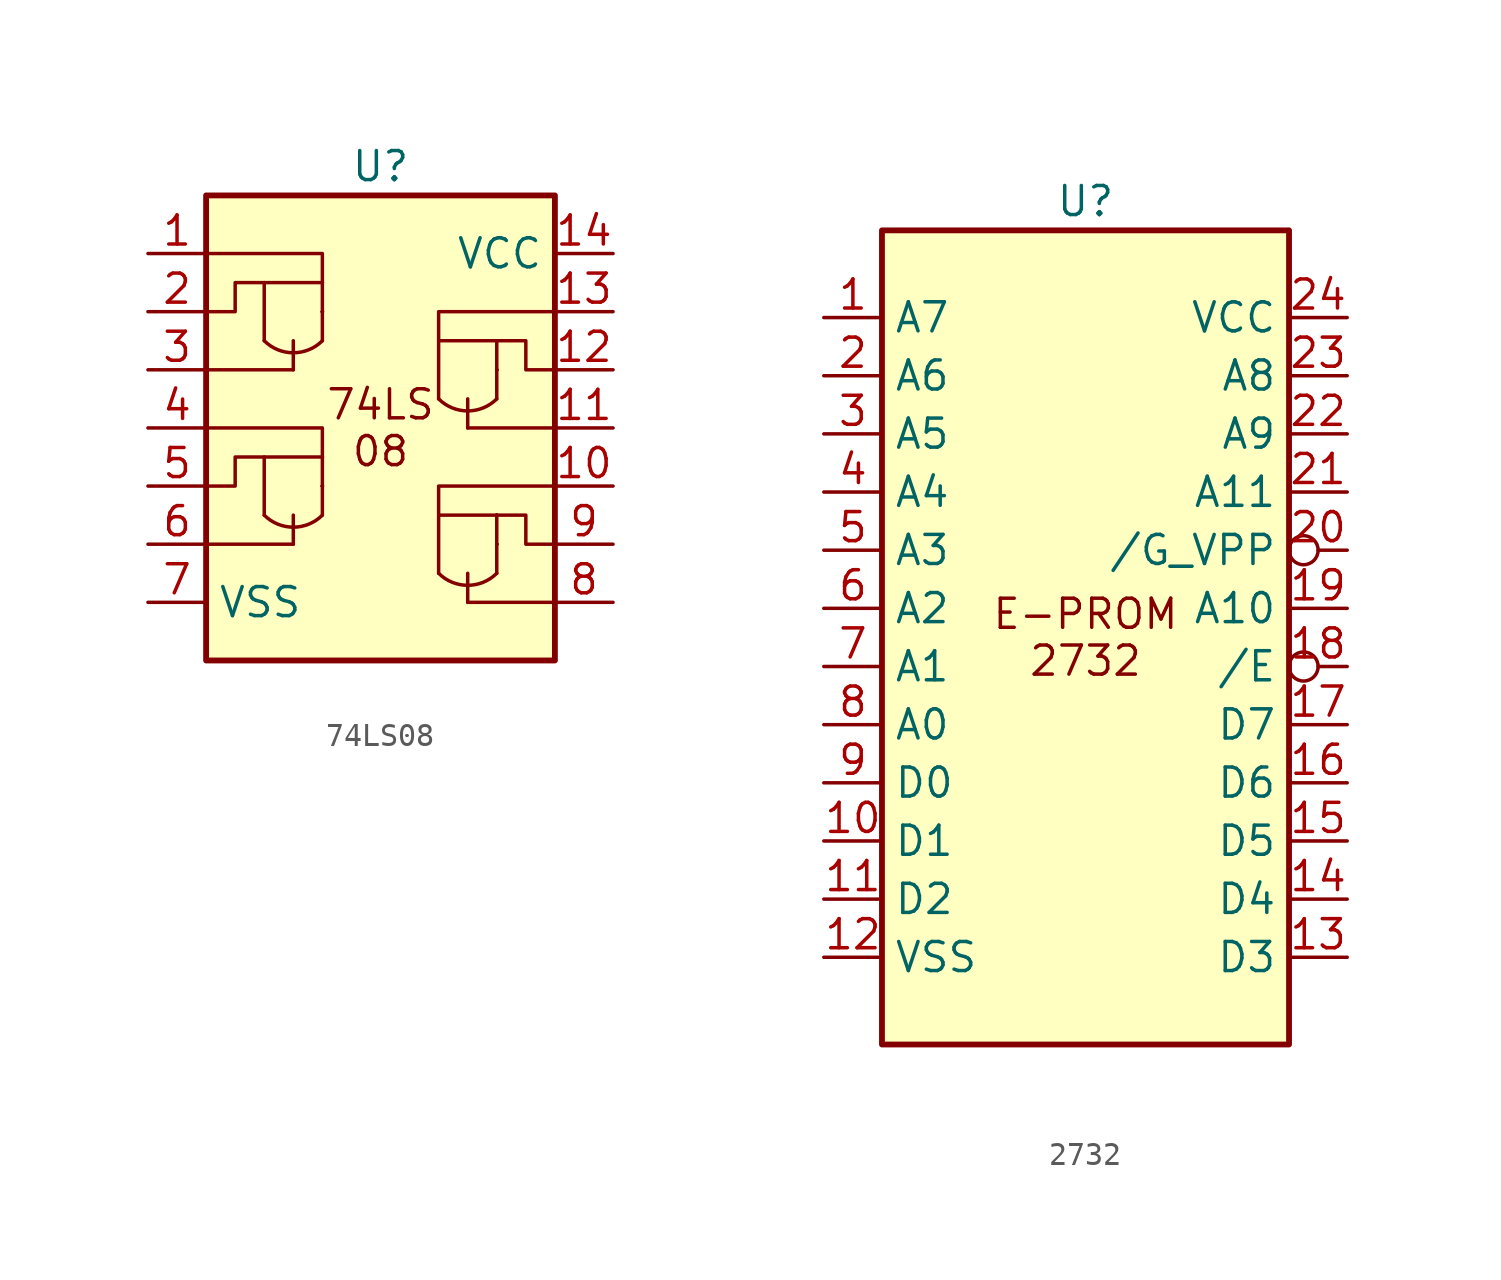
<source format=kicad_sym>
(kicad_symbol_lib
  (version 20220914)
  (generator kicad_symbol_editor)
  (symbol "74LS08"
    (property "Reference" "U"
      (at 0 11.43 0)
      (effects (font (size 1.27 1.27))))
    (property "Value" ""
      (at 1.27 0 0)
      (effects (font (size 1.27 1.27))))
    (symbol "74LS08_0_1"
      (rectangle (start -7.62 10.16) (end 7.62 -10.16) (stroke (width 0.254) (type default)) (fill (type background)))
      (polyline (pts (xy -3.81 -5.08) (xy -3.81 -3.81)) (stroke (width 0) (type default)) (fill (type none)))
      (polyline (pts (xy -3.81 2.54) (xy -3.81 3.81)) (stroke (width 0) (type default)) (fill (type none)))
      (polyline (pts (xy 3.81 -7.62) (xy 3.81 -6.35)) (stroke (width 0) (type default)) (fill (type none)))
      (polyline (pts (xy 3.81 0) (xy 3.81 1.27)) (stroke (width 0) (type default)) (fill (type none))))
    (symbol "74LS08_1_1"
      (arc (start -5.08 -3.8101) (mid -3.81 -4.3361) (end -2.54 -3.8101) (stroke (width 0) (type default)) (fill (type none)))
      (arc (start -5.08 3.8099) (mid -3.81 3.2839) (end -2.54 3.8099) (stroke (width 0) (type default)) (fill (type none)))
      (polyline (pts (xy -7.62 -5.08) (xy -3.81 -5.08)) (stroke (width 0) (type default)) (fill (type none)))
      (polyline (pts (xy -7.62 2.54) (xy -3.81 2.54)) (stroke (width 0) (type default)) (fill (type none)))
      (polyline (pts (xy -2.54 -2.54) (xy -2.54 -2.54)) (stroke (width 0) (type default)) (fill (type none)))
      (polyline (pts (xy -2.54 -2.54) (xy -2.54 -2.54)) (stroke (width 0) (type default)) (fill (type none)))
      (polyline (pts (xy -2.54 -2.54) (xy -2.54 -2.54)) (stroke (width 0) (type default)) (fill (type none)))
      (polyline (pts (xy -2.54 -2.54) (xy -2.54 -2.54)) (stroke (width 0) (type default)) (fill (type none)))
      (polyline (pts (xy -2.54 -1.27) (xy -2.54 -1.27)) (stroke (width 0) (type default)) (fill (type none)))
      (polyline (pts (xy -2.54 -1.27) (xy -2.54 -1.27)) (stroke (width 0) (type default)) (fill (type none)))
      (polyline (pts (xy -2.54 5.08) (xy -2.54 5.08)) (stroke (width 0) (type default)) (fill (type none)))
      (polyline (pts (xy -2.54 5.08) (xy -2.54 5.08)) (stroke (width 0) (type default)) (fill (type none)))
      (polyline (pts (xy -2.54 5.08) (xy -2.54 5.08)) (stroke (width 0) (type default)) (fill (type none)))
      (polyline (pts (xy -2.54 5.08) (xy -2.54 5.08)) (stroke (width 0) (type default)) (fill (type none)))
      (polyline (pts (xy -2.54 6.35) (xy -2.54 6.35)) (stroke (width 0) (type default)) (fill (type none)))
      (polyline (pts (xy -2.54 6.35) (xy -2.54 6.35)) (stroke (width 0) (type default)) (fill (type none)))
      (polyline (pts (xy 5.08 -5.08) (xy 5.08 -5.08)) (stroke (width 0) (type default)) (fill (type none)))
      (polyline (pts (xy 5.08 -5.08) (xy 5.08 -5.08)) (stroke (width 0) (type default)) (fill (type none)))
      (polyline (pts (xy 5.08 -5.08) (xy 5.08 -5.08)) (stroke (width 0) (type default)) (fill (type none)))
      (polyline (pts (xy 5.08 -5.08) (xy 5.08 -5.08)) (stroke (width 0) (type default)) (fill (type none)))
      (polyline (pts (xy 5.08 -3.81) (xy 5.08 -3.81)) (stroke (width 0) (type default)) (fill (type none)))
      (polyline (pts (xy 5.08 -3.81) (xy 5.08 -3.81)) (stroke (width 0) (type default)) (fill (type none)))
      (polyline (pts (xy 5.08 2.54) (xy 5.08 2.54)) (stroke (width 0) (type default)) (fill (type none)))
      (polyline (pts (xy 5.08 2.54) (xy 5.08 2.54)) (stroke (width 0) (type default)) (fill (type none)))
      (polyline (pts (xy 5.08 2.54) (xy 5.08 2.54)) (stroke (width 0) (type default)) (fill (type none)))
      (polyline (pts (xy 5.08 2.54) (xy 5.08 2.54)) (stroke (width 0) (type default)) (fill (type none)))
      (polyline (pts (xy 5.08 3.81) (xy 5.08 3.81)) (stroke (width 0) (type default)) (fill (type none)))
      (polyline (pts (xy 5.08 3.81) (xy 5.08 3.81)) (stroke (width 0) (type default)) (fill (type none)))
      (polyline (pts (xy 7.62 -7.62) (xy 3.81 -7.62)) (stroke (width 0) (type default)) (fill (type none)))
      (polyline (pts (xy 7.62 0) (xy 3.81 0)) (stroke (width 0) (type default)) (fill (type none)))
      (polyline (pts (xy -2.54 -1.27) (xy -2.54 0) (xy -7.62 0)) (stroke (width 0) (type default)) (fill (type none)))
      (polyline (pts (xy -2.54 6.35) (xy -2.54 7.62) (xy -7.62 7.62)) (stroke (width 0) (type default)) (fill (type none)))
      (polyline (pts (xy 7.62 -2.54) (xy 2.54 -2.54) (xy 2.54 -3.81)) (stroke (width 0) (type default)) (fill (type none)))
      (polyline (pts (xy 7.62 5.08) (xy 2.54 5.08) (xy 2.54 3.81)) (stroke (width 0) (type default)) (fill (type none)))
      (polyline (pts (xy -5.08 -1.27) (xy -6.35 -1.27) (xy -6.35 -2.54) (xy -7.62 -2.54)) (stroke (width 0) (type default)) (fill (type none)))
      (polyline (pts (xy -5.08 6.35) (xy -6.35 6.35) (xy -6.35 5.08) (xy -7.62 5.08)) (stroke (width 0) (type default)) (fill (type none)))
      (polyline (pts (xy -2.54 -3.81) (xy -2.54 -1.27) (xy -5.08 -1.27) (xy -5.08 -3.81)) (stroke (width 0) (type default)) (fill (type none)))
      (polyline (pts (xy -2.54 3.81) (xy -2.54 6.35) (xy -5.08 6.35) (xy -5.08 3.81)) (stroke (width 0) (type default)) (fill (type none)))
      (polyline (pts (xy 5.08 -6.35) (xy 5.08 -3.81) (xy 2.54 -3.81) (xy 2.54 -6.35)) (stroke (width 0) (type default)) (fill (type none)))
      (polyline (pts (xy 5.08 1.27) (xy 5.08 3.81) (xy 2.54 3.81) (xy 2.54 1.27)) (stroke (width 0) (type default)) (fill (type none)))
      (polyline (pts (xy 7.62 -5.08) (xy 6.35 -5.08) (xy 6.35 -3.81) (xy 5.08 -3.81)) (stroke (width 0) (type default)) (fill (type none)))
      (polyline (pts (xy 7.62 2.54) (xy 6.35 2.54) (xy 6.35 3.81) (xy 5.08 3.81)) (stroke (width 0) (type default)) (fill (type none)))
      (arc (start 2.54 -6.3501) (mid 3.81 -6.8761) (end 5.08 -6.3501) (stroke (width 0) (type default)) (fill (type none)))
      (arc (start 2.54 1.2699) (mid 3.81 0.7439) (end 5.08 1.2699) (stroke (width 0) (type default)) (fill (type none)))
      (text "74LS\n08" (at 0 0 0) (effects (font (size 1.27 1.27))))
      (pin input line (at -10.16 7.62 0) (length 2.54) (name "" (effects (font (size 1.27 1.27)))) (number "1" (effects (font (size 1.27 1.27)))))
      (pin input line (at 10.16 -2.54 180) (length 2.54) (name "" (effects (font (size 1.27 1.27)))) (number "10" (effects (font (size 1.27 1.27)))))
      (pin input line (at 10.16 0 180) (length 2.54) (name "" (effects (font (size 1.27 1.27)))) (number "11" (effects (font (size 1.27 1.27)))))
      (pin input line (at 10.16 2.54 180) (length 2.54) (name "" (effects (font (size 1.27 1.27)))) (number "12" (effects (font (size 1.27 1.27)))))
      (pin input line (at 10.16 5.08 180) (length 2.54) (name "" (effects (font (size 1.27 1.27)))) (number "13" (effects (font (size 1.27 1.27)))))
      (pin power_in line (at 10.16 7.62 180) (length 2.54) (name "VCC" (effects (font (size 1.27 1.27)))) (number "14" (effects (font (size 1.27 1.27)))))
      (pin input line (at -10.16 5.08 0) (length 2.54) (name "" (effects (font (size 1.27 1.27)))) (number "2" (effects (font (size 1.27 1.27)))))
      (pin input line (at -10.16 2.54 0) (length 2.54) (name "" (effects (font (size 1.27 1.27)))) (number "3" (effects (font (size 1.27 1.27)))))
      (pin input line (at -10.16 0 0) (length 2.54) (name "" (effects (font (size 1.27 1.27)))) (number "4" (effects (font (size 1.27 1.27)))))
      (pin input line (at -10.16 -2.54 0) (length 2.54) (name "" (effects (font (size 1.27 1.27)))) (number "5" (effects (font (size 1.27 1.27)))))
      (pin input line (at -10.16 -5.08 0) (length 2.54) (name "" (effects (font (size 1.27 1.27)))) (number "6" (effects (font (size 1.27 1.27)))))
      (pin power_in line (at -10.16 -7.62 0) (length 2.54) (name "VSS" (effects (font (size 1.27 1.27)))) (number "7" (effects (font (size 1.27 1.27)))))
      (pin input line (at 10.16 -7.62 180) (length 2.54) (name "" (effects (font (size 1.27 1.27)))) (number "8" (effects (font (size 1.27 1.27)))))
      (pin input line (at 10.16 -5.08 180) (length 2.54) (name "" (effects (font (size 1.27 1.27)))) (number "9" (effects (font (size 1.27 1.27)))))))
  (symbol "2732"
    (property "Reference" "U"
      (at 0 19.05 0)
      (effects (font (size 1.27 1.27))))
    (property "Value" ""
      (at -1.27 -15.24 0)
      (effects (font (size 1.27 1.27))))
    (symbol "2732_0_1"
      (rectangle (start -8.89 17.78) (end 8.89 -17.78) (stroke (width 0.254) (type default)) (fill (type background))))
    (symbol "2732_1_1"
      (text "E-PROM\n2732\n" (at 0 0 0) (effects (font (size 1.27 1.27))))
      (pin input line (at -11.43 13.97 0) (length 2.54) (name "A7" (effects (font (size 1.27 1.27)))) (number "1" (effects (font (size 1.27 1.27)))))
      (pin input line (at -11.43 -8.89 0) (length 2.54) (name "D1" (effects (font (size 1.27 1.27)))) (number "10" (effects (font (size 1.27 1.27)))))
      (pin input line (at -11.43 -11.43 0) (length 2.54) (name "D2" (effects (font (size 1.27 1.27)))) (number "11" (effects (font (size 1.27 1.27)))))
      (pin power_in line (at -11.43 -13.97 0) (length 2.54) (name "VSS" (effects (font (size 1.27 1.27)))) (number "12" (effects (font (size 1.27 1.27)))))
      (pin input line (at 11.43 -13.97 180) (length 2.54) (name "D3" (effects (font (size 1.27 1.27)))) (number "13" (effects (font (size 1.27 1.27)))))
      (pin input line (at 11.43 -11.43 180) (length 2.54) (name "D4" (effects (font (size 1.27 1.27)))) (number "14" (effects (font (size 1.27 1.27)))))
      (pin input line (at 11.43 -8.89 180) (length 2.54) (name "D5" (effects (font (size 1.27 1.27)))) (number "15" (effects (font (size 1.27 1.27)))))
      (pin input line (at 11.43 -6.35 180) (length 2.54) (name "D6" (effects (font (size 1.27 1.27)))) (number "16" (effects (font (size 1.27 1.27)))))
      (pin input line (at 11.43 -3.81 180) (length 2.54) (name "D7" (effects (font (size 1.27 1.27)))) (number "17" (effects (font (size 1.27 1.27)))))
      (pin input inverted (at 11.43 -1.27 180) (length 2.54) (name "/E" (effects (font (size 1.27 1.27)))) (number "18" (effects (font (size 1.27 1.27)))))
      (pin input line (at 11.43 1.27 180) (length 2.54) (name "A10" (effects (font (size 1.27 1.27)))) (number "19" (effects (font (size 1.27 1.27)))))
      (pin input line (at -11.43 11.43 0) (length 2.54) (name "A6" (effects (font (size 1.27 1.27)))) (number "2" (effects (font (size 1.27 1.27)))))
      (pin input inverted (at 11.43 3.81 180) (length 2.54) (name "/G_VPP" (effects (font (size 1.27 1.27)))) (number "20" (effects (font (size 1.27 1.27)))))
      (pin input line (at 11.43 6.35 180) (length 2.54) (name "A11" (effects (font (size 1.27 1.27)))) (number "21" (effects (font (size 1.27 1.27)))))
      (pin input line (at 11.43 8.89 180) (length 2.54) (name "A9" (effects (font (size 1.27 1.27)))) (number "22" (effects (font (size 1.27 1.27)))))
      (pin input line (at 11.43 11.43 180) (length 2.54) (name "A8" (effects (font (size 1.27 1.27)))) (number "23" (effects (font (size 1.27 1.27)))))
      (pin power_in line (at 11.43 13.97 180) (length 2.54) (name "VCC" (effects (font (size 1.27 1.27)))) (number "24" (effects (font (size 1.27 1.27)))))
      (pin input line (at -11.43 8.89 0) (length 2.54) (name "A5" (effects (font (size 1.27 1.27)))) (number "3" (effects (font (size 1.27 1.27)))))
      (pin input line (at -11.43 6.35 0) (length 2.54) (name "A4" (effects (font (size 1.27 1.27)))) (number "4" (effects (font (size 1.27 1.27)))))
      (pin input line (at -11.43 3.81 0) (length 2.54) (name "A3" (effects (font (size 1.27 1.27)))) (number "5" (effects (font (size 1.27 1.27)))))
      (pin input line (at -11.43 1.27 0) (length 2.54) (name "A2" (effects (font (size 1.27 1.27)))) (number "6" (effects (font (size 1.27 1.27)))))
      (pin input line (at -11.43 -1.27 0) (length 2.54) (name "A1" (effects (font (size 1.27 1.27)))) (number "7" (effects (font (size 1.27 1.27)))))
      (pin input line (at -11.43 -3.81 0) (length 2.54) (name "A0" (effects (font (size 1.27 1.27)))) (number "8" (effects (font (size 1.27 1.27)))))
      (pin input line (at -11.43 -6.35 0) (length 2.54) (name "D0" (effects (font (size 1.27 1.27)))) (number "9" (effects (font (size 1.27 1.27))))))))
</source>
